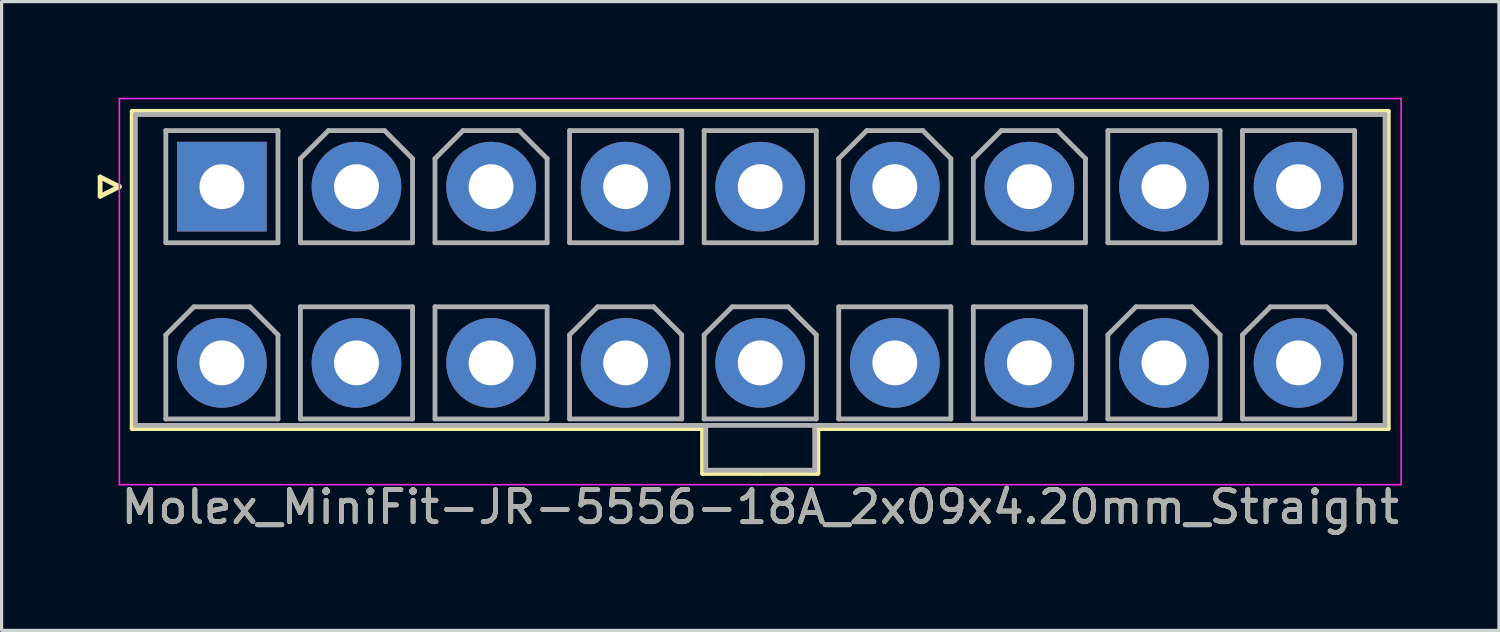
<source format=kicad_pcb>
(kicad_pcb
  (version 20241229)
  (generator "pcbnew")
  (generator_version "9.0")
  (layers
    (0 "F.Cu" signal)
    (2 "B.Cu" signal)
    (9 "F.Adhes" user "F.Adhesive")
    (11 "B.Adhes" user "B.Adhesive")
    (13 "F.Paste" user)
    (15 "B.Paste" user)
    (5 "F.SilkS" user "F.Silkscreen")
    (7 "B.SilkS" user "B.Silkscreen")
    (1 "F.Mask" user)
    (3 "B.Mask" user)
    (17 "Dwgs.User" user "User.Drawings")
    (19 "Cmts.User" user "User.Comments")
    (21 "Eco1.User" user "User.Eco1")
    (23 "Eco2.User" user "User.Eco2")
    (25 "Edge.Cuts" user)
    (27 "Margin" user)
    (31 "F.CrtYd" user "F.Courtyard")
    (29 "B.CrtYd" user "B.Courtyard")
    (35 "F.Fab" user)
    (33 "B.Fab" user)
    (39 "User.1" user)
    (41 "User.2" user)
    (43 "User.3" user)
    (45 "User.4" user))
  (footprint "Molex_MiniFit-JR-5556-18A_2x09x4.20mm_Straight"
    (layer "F.Cu")
    (at 3.875 2.775)
    (property "Reference" "Molex_MiniFit-JR-5556-18A_2x09x4.20mm_Straight" (at 16.8 10 0) (layer "F.SilkS") (effects (font (size 1 1) (thickness 0.15))))
    (attr through_hole)
    (fp_line (start -3.8 -0.3) (end -3.2 0) (stroke (width 0.15) (type solid)) (layer "F.SilkS"))
    (fp_line (start -3.8 0.3) (end -3.8 -0.3) (stroke (width 0.15) (type solid)) (layer "F.SilkS"))
    (fp_line (start -3.2 0) (end -3.8 0.3) (stroke (width 0.15) (type solid)) (layer "F.SilkS"))
    (fp_line (start -2.8 -2.35) (end -2.8 7.55) (stroke (width 0.15) (type solid)) (layer "F.SilkS"))
    (fp_line (start -2.8 7.55) (end 15 7.55) (stroke (width 0.15) (type solid)) (layer "F.SilkS"))
    (fp_line (start 15 7.55) (end 15 8.95) (stroke (width 0.15) (type solid)) (layer "F.SilkS"))
    (fp_line (start 15 8.95) (end 16.8 8.95) (stroke (width 0.15) (type solid)) (layer "F.SilkS"))
    (fp_line (start 16.8 -2.35) (end -2.8 -2.35) (stroke (width 0.15) (type solid)) (layer "F.SilkS"))
    (fp_line (start 16.8 -2.35) (end 36.4 -2.35) (stroke (width 0.15) (type solid)) (layer "F.SilkS"))
    (fp_line (start 18.6 7.55) (end 18.6 8.95) (stroke (width 0.15) (type solid)) (layer "F.SilkS"))
    (fp_line (start 18.6 8.95) (end 16.8 8.95) (stroke (width 0.15) (type solid)) (layer "F.SilkS"))
    (fp_line (start 36.4 -2.35) (end 36.4 7.55) (stroke (width 0.15) (type solid)) (layer "F.SilkS"))
    (fp_line (start 36.4 7.55) (end 18.6 7.55) (stroke (width 0.15) (type solid)) (layer "F.SilkS"))
    (fp_line (start -3.2 -2.75) (end -3.2 9.3) (stroke (width 0.05) (type solid)) (layer "F.CrtYd"))
    (fp_line (start -3.2 9.3) (end 36.8 9.3) (stroke (width 0.05) (type solid)) (layer "F.CrtYd"))
    (fp_line (start 36.8 -2.75) (end -3.2 -2.75) (stroke (width 0.05) (type solid)) (layer "F.CrtYd"))
    (fp_line (start 36.8 9.3) (end 36.8 -2.75) (stroke (width 0.05) (type solid)) (layer "F.CrtYd"))
    (fp_line (start -2.7 -2.25) (end -2.7 7.45) (stroke (width 0.15) (type solid)) (layer "F.Fab"))
    (fp_line (start -2.7 7.45) (end 36.3 7.45) (stroke (width 0.15) (type solid)) (layer "F.Fab"))
    (fp_line (start -1.75 -1.75) (end -1.75 1.75) (stroke (width 0.15) (type solid)) (layer "F.Fab"))
    (fp_line (start -1.75 1.75) (end 1.75 1.75) (stroke (width 0.15) (type solid)) (layer "F.Fab"))
    (fp_line (start -1.75 4.625) (end -0.875 3.75) (stroke (width 0.15) (type solid)) (layer "F.Fab"))
    (fp_line (start -1.75 7.25) (end -1.75 4.625) (stroke (width 0.15) (type solid)) (layer "F.Fab"))
    (fp_line (start -0.875 3.75) (end 0.875 3.75) (stroke (width 0.15) (type solid)) (layer "F.Fab"))
    (fp_line (start 0.875 3.75) (end 1.75 4.625) (stroke (width 0.15) (type solid)) (layer "F.Fab"))
    (fp_line (start 1.75 -1.75) (end -1.75 -1.75) (stroke (width 0.15) (type solid)) (layer "F.Fab"))
    (fp_line (start 1.75 1.75) (end 1.75 -1.75) (stroke (width 0.15) (type solid)) (layer "F.Fab"))
    (fp_line (start 1.75 4.625) (end 1.75 7.25) (stroke (width 0.15) (type solid)) (layer "F.Fab"))
    (fp_line (start 1.75 7.25) (end -1.75 7.25) (stroke (width 0.15) (type solid)) (layer "F.Fab"))
    (fp_line (start 2.45 -0.875) (end 3.325 -1.75) (stroke (width 0.15) (type solid)) (layer "F.Fab"))
    (fp_line (start 2.45 1.75) (end 2.45 -0.875) (stroke (width 0.15) (type solid)) (layer "F.Fab"))
    (fp_line (start 2.45 3.75) (end 2.45 7.25) (stroke (width 0.15) (type solid)) (layer "F.Fab"))
    (fp_line (start 2.45 7.25) (end 5.95 7.25) (stroke (width 0.15) (type solid)) (layer "F.Fab"))
    (fp_line (start 3.325 -1.75) (end 5.075 -1.75) (stroke (width 0.15) (type solid)) (layer "F.Fab"))
    (fp_line (start 5.075 -1.75) (end 5.95 -0.875) (stroke (width 0.15) (type solid)) (layer "F.Fab"))
    (fp_line (start 5.95 -0.875) (end 5.95 1.75) (stroke (width 0.15) (type solid)) (layer "F.Fab"))
    (fp_line (start 5.95 1.75) (end 2.45 1.75) (stroke (width 0.15) (type solid)) (layer "F.Fab"))
    (fp_line (start 5.95 3.75) (end 2.45 3.75) (stroke (width 0.15) (type solid)) (layer "F.Fab"))
    (fp_line (start 5.95 7.25) (end 5.95 3.75) (stroke (width 0.15) (type solid)) (layer "F.Fab"))
    (fp_line (start 6.65 -0.875) (end 7.525 -1.75) (stroke (width 0.15) (type solid)) (layer "F.Fab"))
    (fp_line (start 6.65 1.75) (end 6.65 -0.875) (stroke (width 0.15) (type solid)) (layer "F.Fab"))
    (fp_line (start 6.65 3.75) (end 6.65 7.25) (stroke (width 0.15) (type solid)) (layer "F.Fab"))
    (fp_line (start 6.65 7.25) (end 10.15 7.25) (stroke (width 0.15) (type solid)) (layer "F.Fab"))
    (fp_line (start 7.525 -1.75) (end 9.275 -1.75) (stroke (width 0.15) (type solid)) (layer "F.Fab"))
    (fp_line (start 9.275 -1.75) (end 10.15 -0.875) (stroke (width 0.15) (type solid)) (layer "F.Fab"))
    (fp_line (start 10.15 -0.875) (end 10.15 1.75) (stroke (width 0.15) (type solid)) (layer "F.Fab"))
    (fp_line (start 10.15 1.75) (end 6.65 1.75) (stroke (width 0.15) (type solid)) (layer "F.Fab"))
    (fp_line (start 10.15 3.75) (end 6.65 3.75) (stroke (width 0.15) (type solid)) (layer "F.Fab"))
    (fp_line (start 10.15 7.25) (end 10.15 3.75) (stroke (width 0.15) (type solid)) (layer "F.Fab"))
    (fp_line (start 10.85 -1.75) (end 10.85 1.75) (stroke (width 0.15) (type solid)) (layer "F.Fab"))
    (fp_line (start 10.85 1.75) (end 14.35 1.75) (stroke (width 0.15) (type solid)) (layer "F.Fab"))
    (fp_line (start 10.85 4.625) (end 11.725 3.75) (stroke (width 0.15) (type solid)) (layer "F.Fab"))
    (fp_line (start 10.85 7.25) (end 10.85 4.625) (stroke (width 0.15) (type solid)) (layer "F.Fab"))
    (fp_line (start 11.725 3.75) (end 13.475 3.75) (stroke (width 0.15) (type solid)) (layer "F.Fab"))
    (fp_line (start 13.475 3.75) (end 14.35 4.625) (stroke (width 0.15) (type solid)) (layer "F.Fab"))
    (fp_line (start 14.35 -1.75) (end 10.85 -1.75) (stroke (width 0.15) (type solid)) (layer "F.Fab"))
    (fp_line (start 14.35 1.75) (end 14.35 -1.75) (stroke (width 0.15) (type solid)) (layer "F.Fab"))
    (fp_line (start 14.35 4.625) (end 14.35 7.25) (stroke (width 0.15) (type solid)) (layer "F.Fab"))
    (fp_line (start 14.35 7.25) (end 10.85 7.25) (stroke (width 0.15) (type solid)) (layer "F.Fab"))
    (fp_line (start 15.05 -1.75) (end 15.05 1.75) (stroke (width 0.15) (type solid)) (layer "F.Fab"))
    (fp_line (start 15.05 1.75) (end 18.55 1.75) (stroke (width 0.15) (type solid)) (layer "F.Fab"))
    (fp_line (start 15.05 4.625) (end 15.925 3.75) (stroke (width 0.15) (type solid)) (layer "F.Fab"))
    (fp_line (start 15.05 7.25) (end 15.05 4.625) (stroke (width 0.15) (type solid)) (layer "F.Fab"))
    (fp_line (start 15.1 7.45) (end 15.1 8.85) (stroke (width 0.15) (type solid)) (layer "F.Fab"))
    (fp_line (start 15.1 8.85) (end 18.5 8.85) (stroke (width 0.15) (type solid)) (layer "F.Fab"))
    (fp_line (start 15.925 3.75) (end 17.675 3.75) (stroke (width 0.15) (type solid)) (layer "F.Fab"))
    (fp_line (start 17.675 3.75) (end 18.55 4.625) (stroke (width 0.15) (type solid)) (layer "F.Fab"))
    (fp_line (start 18.5 8.85) (end 18.5 7.45) (stroke (width 0.15) (type solid)) (layer "F.Fab"))
    (fp_line (start 18.55 -1.75) (end 15.05 -1.75) (stroke (width 0.15) (type solid)) (layer "F.Fab"))
    (fp_line (start 18.55 1.75) (end 18.55 -1.75) (stroke (width 0.15) (type solid)) (layer "F.Fab"))
    (fp_line (start 18.55 4.625) (end 18.55 7.25) (stroke (width 0.15) (type solid)) (layer "F.Fab"))
    (fp_line (start 18.55 7.25) (end 15.05 7.25) (stroke (width 0.15) (type solid)) (layer "F.Fab"))
    (fp_line (start 19.25 -0.875) (end 20.125 -1.75) (stroke (width 0.15) (type solid)) (layer "F.Fab"))
    (fp_line (start 19.25 1.75) (end 19.25 -0.875) (stroke (width 0.15) (type solid)) (layer "F.Fab"))
    (fp_line (start 19.25 3.75) (end 19.25 7.25) (stroke (width 0.15) (type solid)) (layer "F.Fab"))
    (fp_line (start 19.25 7.25) (end 22.75 7.25) (stroke (width 0.15) (type solid)) (layer "F.Fab"))
    (fp_line (start 20.125 -1.75) (end 21.875 -1.75) (stroke (width 0.15) (type solid)) (layer "F.Fab"))
    (fp_line (start 21.875 -1.75) (end 22.75 -0.875) (stroke (width 0.15) (type solid)) (layer "F.Fab"))
    (fp_line (start 22.75 -0.875) (end 22.75 1.75) (stroke (width 0.15) (type solid)) (layer "F.Fab"))
    (fp_line (start 22.75 1.75) (end 19.25 1.75) (stroke (width 0.15) (type solid)) (layer "F.Fab"))
    (fp_line (start 22.75 3.75) (end 19.25 3.75) (stroke (width 0.15) (type solid)) (layer "F.Fab"))
    (fp_line (start 22.75 7.25) (end 22.75 3.75) (stroke (width 0.15) (type solid)) (layer "F.Fab"))
    (fp_line (start 23.45 -0.875) (end 24.325 -1.75) (stroke (width 0.15) (type solid)) (layer "F.Fab"))
    (fp_line (start 23.45 1.75) (end 23.45 -0.875) (stroke (width 0.15) (type solid)) (layer "F.Fab"))
    (fp_line (start 23.45 3.75) (end 23.45 7.25) (stroke (width 0.15) (type solid)) (layer "F.Fab"))
    (fp_line (start 23.45 7.25) (end 26.95 7.25) (stroke (width 0.15) (type solid)) (layer "F.Fab"))
    (fp_line (start 24.325 -1.75) (end 26.075 -1.75) (stroke (width 0.15) (type solid)) (layer "F.Fab"))
    (fp_line (start 26.075 -1.75) (end 26.95 -0.875) (stroke (width 0.15) (type solid)) (layer "F.Fab"))
    (fp_line (start 26.95 -0.875) (end 26.95 1.75) (stroke (width 0.15) (type solid)) (layer "F.Fab"))
    (fp_line (start 26.95 1.75) (end 23.45 1.75) (stroke (width 0.15) (type solid)) (layer "F.Fab"))
    (fp_line (start 26.95 3.75) (end 23.45 3.75) (stroke (width 0.15) (type solid)) (layer "F.Fab"))
    (fp_line (start 26.95 7.25) (end 26.95 3.75) (stroke (width 0.15) (type solid)) (layer "F.Fab"))
    (fp_line (start 27.65 -1.75) (end 27.65 1.75) (stroke (width 0.15) (type solid)) (layer "F.Fab"))
    (fp_line (start 27.65 1.75) (end 31.15 1.75) (stroke (width 0.15) (type solid)) (layer "F.Fab"))
    (fp_line (start 27.65 4.625) (end 28.525 3.75) (stroke (width 0.15) (type solid)) (layer "F.Fab"))
    (fp_line (start 27.65 7.25) (end 27.65 4.625) (stroke (width 0.15) (type solid)) (layer "F.Fab"))
    (fp_line (start 28.525 3.75) (end 30.275 3.75) (stroke (width 0.15) (type solid)) (layer "F.Fab"))
    (fp_line (start 30.275 3.75) (end 31.15 4.625) (stroke (width 0.15) (type solid)) (layer "F.Fab"))
    (fp_line (start 31.15 -1.75) (end 27.65 -1.75) (stroke (width 0.15) (type solid)) (layer "F.Fab"))
    (fp_line (start 31.15 1.75) (end 31.15 -1.75) (stroke (width 0.15) (type solid)) (layer "F.Fab"))
    (fp_line (start 31.15 4.625) (end 31.15 7.25) (stroke (width 0.15) (type solid)) (layer "F.Fab"))
    (fp_line (start 31.15 7.25) (end 27.65 7.25) (stroke (width 0.15) (type solid)) (layer "F.Fab"))
    (fp_line (start 31.85 -1.75) (end 31.85 1.75) (stroke (width 0.15) (type solid)) (layer "F.Fab"))
    (fp_line (start 31.85 1.75) (end 35.35 1.75) (stroke (width 0.15) (type solid)) (layer "F.Fab"))
    (fp_line (start 31.85 4.625) (end 32.725 3.75) (stroke (width 0.15) (type solid)) (layer "F.Fab"))
    (fp_line (start 31.85 7.25) (end 31.85 4.625) (stroke (width 0.15) (type solid)) (layer "F.Fab"))
    (fp_line (start 32.725 3.75) (end 34.475 3.75) (stroke (width 0.15) (type solid)) (layer "F.Fab"))
    (fp_line (start 34.475 3.75) (end 35.35 4.625) (stroke (width 0.15) (type solid)) (layer "F.Fab"))
    (fp_line (start 35.35 -1.75) (end 31.85 -1.75) (stroke (width 0.15) (type solid)) (layer "F.Fab"))
    (fp_line (start 35.35 1.75) (end 35.35 -1.75) (stroke (width 0.15) (type solid)) (layer "F.Fab"))
    (fp_line (start 35.35 4.625) (end 35.35 7.25) (stroke (width 0.15) (type solid)) (layer "F.Fab"))
    (fp_line (start 35.35 7.25) (end 31.85 7.25) (stroke (width 0.15) (type solid)) (layer "F.Fab"))
    (fp_line (start 36.3 -2.25) (end -2.7 -2.25) (stroke (width 0.15) (type solid)) (layer "F.Fab"))
    (fp_line (start 36.3 7.45) (end 36.3 -2.25) (stroke (width 0.15) (type solid)) (layer "F.Fab"))
    (fp_text user "${REFERENCE}" (at 16.8 10 0) (layer "F.Fab") (effects (font (size 1 1) (thickness 0.15))))
    (pad "1" thru_hole rect (at 0 0) (size 2.8 2.8) (drill 1.4) (layers "*.Cu" "*.Mask"))
    (pad "2" thru_hole circle (at 4.2 0) (size 2.8 2.8) (drill 1.4) (layers "*.Cu" "*.Mask"))
    (pad "3" thru_hole circle (at 8.4 0) (size 2.8 2.8) (drill 1.4) (layers "*.Cu" "*.Mask"))
    (pad "4" thru_hole circle (at 12.6 0) (size 2.8 2.8) (drill 1.4) (layers "*.Cu" "*.Mask"))
    (pad "5" thru_hole circle (at 16.8 0) (size 2.8 2.8) (drill 1.4) (layers "*.Cu" "*.Mask"))
    (pad "6" thru_hole circle (at 21 0) (size 2.8 2.8) (drill 1.4) (layers "*.Cu" "*.Mask"))
    (pad "7" thru_hole circle (at 25.2 0) (size 2.8 2.8) (drill 1.4) (layers "*.Cu" "*.Mask"))
    (pad "8" thru_hole circle (at 29.4 0) (size 2.8 2.8) (drill 1.4) (layers "*.Cu" "*.Mask"))
    (pad "9" thru_hole circle (at 33.6 0) (size 2.8 2.8) (drill 1.4) (layers "*.Cu" "*.Mask"))
    (pad "10" thru_hole circle (at 0 5.5) (size 2.8 2.8) (drill 1.4) (layers "*.Cu" "*.Mask"))
    (pad "11" thru_hole circle (at 4.2 5.5) (size 2.8 2.8) (drill 1.4) (layers "*.Cu" "*.Mask"))
    (pad "12" thru_hole circle (at 8.4 5.5) (size 2.8 2.8) (drill 1.4) (layers "*.Cu" "*.Mask"))
    (pad "13" thru_hole circle (at 12.6 5.5) (size 2.8 2.8) (drill 1.4) (layers "*.Cu" "*.Mask"))
    (pad "14" thru_hole circle (at 16.8 5.5) (size 2.8 2.8) (drill 1.4) (layers "*.Cu" "*.Mask"))
    (pad "15" thru_hole circle (at 21 5.5) (size 2.8 2.8) (drill 1.4) (layers "*.Cu" "*.Mask"))
    (pad "16" thru_hole circle (at 25.2 5.5) (size 2.8 2.8) (drill 1.4) (layers "*.Cu" "*.Mask"))
    (pad "17" thru_hole circle (at 29.4 5.5) (size 2.8 2.8) (drill 1.4) (layers "*.Cu" "*.Mask"))
    (pad "18" thru_hole circle (at 33.6 5.5) (size 2.8 2.8) (drill 1.4) (layers "*.Cu" "*.Mask")))
  (gr_rect
    (start -3 -3)
    (end 43.729 16.623)
    (stroke (width 0.1) (type default))
    (fill no)
    (layer "Edge.Cuts")))
</source>
